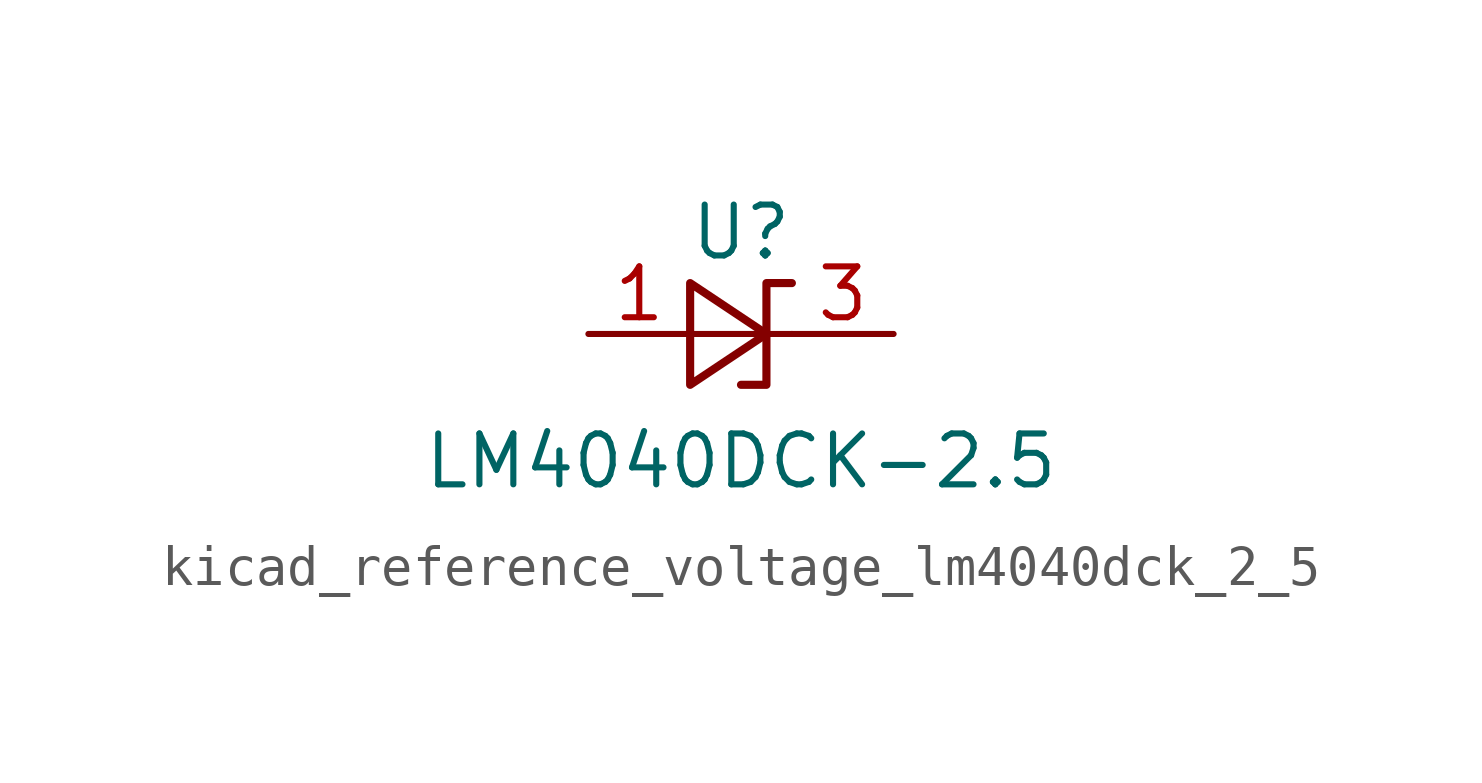
<source format=kicad_sym>
(kicad_symbol_lib
  (version 20220914)
  (generator kicad_symbol_editor)
  (symbol "kicad_reference_voltage_lm4040dck_2_5"
    (pin_names
      (offset 0.025) hide)
    (property "Reference" "U"
      (at 0 2.54 0)
      (effects (font (size 1.27 1.27))))
    (property "Value" "LM4040DCK-2.5"
      (at 0 -3.175 0)
      (effects (font (size 1.27 1.27))))
    (symbol "kicad_reference_voltage_lm4040dck_2_5_0_1"
      (polyline (pts (xy -1.27 0) (xy 0 0) (xy 1.27 0)) (stroke (width 0) (type default)) (fill (type none)))
      (polyline (pts (xy -1.27 -1.27) (xy 0.635 0) (xy -1.27 1.27) (xy -1.27 -1.27)) (stroke (width 0.203) (type default)) (fill (type none)))
      (polyline (pts (xy 0 -1.27) (xy 0.635 -1.27) (xy 0.635 1.27) (xy 1.27 1.27)) (stroke (width 0.203) (type default)) (fill (type none))))
    (symbol "kicad_reference_voltage_lm4040dck_2_5_1_1"
      (pin passive line (at -3.81 0 0) (length 2.54) (name "A" (effects (font (size 1.27 1.27)))) (number "1" (effects (font (size 1.27 1.27)))))
      (pin passive line (at 3.81 0 180) (length 2.54) (name "K" (effects (font (size 1.27 1.27)))) (number "3" (effects (font (size 1.27 1.27))))))))
</source>
